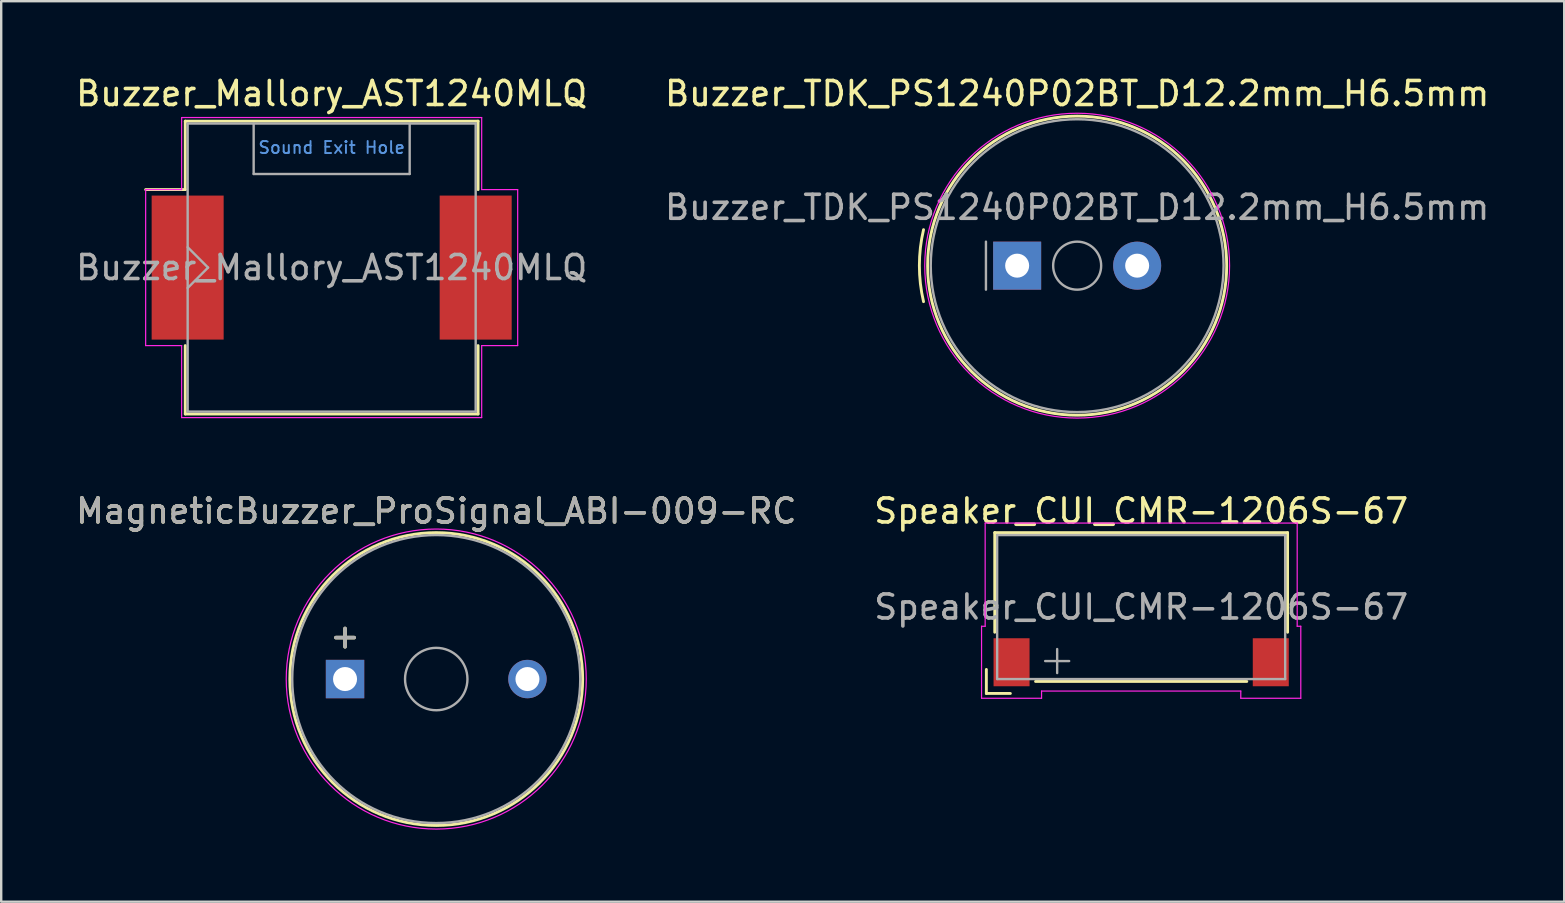
<source format=kicad_pcb>
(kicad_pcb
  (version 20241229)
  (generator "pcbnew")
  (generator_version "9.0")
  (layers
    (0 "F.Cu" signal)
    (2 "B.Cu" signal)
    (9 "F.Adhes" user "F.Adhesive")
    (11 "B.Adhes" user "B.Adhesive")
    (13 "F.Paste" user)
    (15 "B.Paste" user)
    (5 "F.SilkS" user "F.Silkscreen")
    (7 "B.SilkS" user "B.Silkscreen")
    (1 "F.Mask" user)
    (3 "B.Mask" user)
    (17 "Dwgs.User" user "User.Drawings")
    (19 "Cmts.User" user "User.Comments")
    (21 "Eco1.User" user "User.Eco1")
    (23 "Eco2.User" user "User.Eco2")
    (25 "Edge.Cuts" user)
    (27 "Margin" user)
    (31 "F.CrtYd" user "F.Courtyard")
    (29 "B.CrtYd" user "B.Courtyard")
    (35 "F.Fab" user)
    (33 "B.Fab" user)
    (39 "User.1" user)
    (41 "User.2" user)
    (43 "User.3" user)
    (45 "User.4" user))
  (footprint "Speaker_CUI_CMR-1206S-67"
    (layer "F.Cu")
    (at 44.494 22.241)
    (property "Reference" "Speaker_CUI_CMR-1206S-67" (at 0 -4 0) (layer "F.SilkS") (effects (font (size 1 1) (thickness 0.15))))
    (attr smd)
    (fp_line (start -6.45 2.6) (end -6.45 3.6) (stroke (width 0.12) (type solid)) (layer "F.SilkS"))
    (fp_line (start -6.45 3.6) (end -5.45 3.6) (stroke (width 0.12) (type solid)) (layer "F.SilkS"))
    (fp_line (start -6.1 -3.1) (end 6.1 -3.1) (stroke (width 0.12) (type solid)) (layer "F.SilkS"))
    (fp_line (start -6.1 1.05) (end -6.1 -3.1) (stroke (width 0.12) (type solid)) (layer "F.SilkS"))
    (fp_line (start 4.4 3.1) (end -4.4 3.1) (stroke (width 0.12) (type solid)) (layer "F.SilkS"))
    (fp_line (start 6.1 -3.1) (end 6.1 1.05) (stroke (width 0.12) (type solid)) (layer "F.SilkS"))
    (fp_line (start -6.65 0.8) (end -6.65 3.8) (stroke (width 0.05) (type solid)) (layer "F.CrtYd"))
    (fp_line (start -6.65 3.8) (end -4.15 3.8) (stroke (width 0.05) (type solid)) (layer "F.CrtYd"))
    (fp_line (start -6.5 -3.5) (end 6.5 -3.5) (stroke (width 0.05) (type solid)) (layer "F.CrtYd"))
    (fp_line (start -6.5 0.8) (end -6.65 0.8) (stroke (width 0.05) (type solid)) (layer "F.CrtYd"))
    (fp_line (start -6.5 0.8) (end -6.5 -3.5) (stroke (width 0.05) (type solid)) (layer "F.CrtYd"))
    (fp_line (start -4.15 3.8) (end -4.15 3.5) (stroke (width 0.05) (type solid)) (layer "F.CrtYd"))
    (fp_line (start 4.15 3.5) (end -4.15 3.5) (stroke (width 0.05) (type solid)) (layer "F.CrtYd"))
    (fp_line (start 4.15 3.8) (end 4.15 3.5) (stroke (width 0.05) (type solid)) (layer "F.CrtYd"))
    (fp_line (start 6.5 -3.5) (end 6.5 0.8) (stroke (width 0.05) (type solid)) (layer "F.CrtYd"))
    (fp_line (start 6.5 0.8) (end 6.65 0.8) (stroke (width 0.05) (type solid)) (layer "F.CrtYd"))
    (fp_line (start 6.65 0.8) (end 6.65 3.8) (stroke (width 0.05) (type solid)) (layer "F.CrtYd"))
    (fp_line (start 6.65 3.8) (end 4.15 3.8) (stroke (width 0.05) (type solid)) (layer "F.CrtYd"))
    (fp_line (start -6 -3) (end -6 3) (stroke (width 0.1) (type solid)) (layer "F.Fab"))
    (fp_line (start -6 3) (end 6 3) (stroke (width 0.1) (type solid)) (layer "F.Fab"))
    (fp_line (start -4 2.25) (end -3 2.25) (stroke (width 0.1) (type solid)) (layer "F.Fab"))
    (fp_line (start -3.5 2.75) (end -3.5 1.75) (stroke (width 0.1) (type solid)) (layer "F.Fab"))
    (fp_line (start 6 -3) (end -6 -3) (stroke (width 0.1) (type solid)) (layer "F.Fab"))
    (fp_line (start 6 3) (end 6 -3) (stroke (width 0.1) (type solid)) (layer "F.Fab"))
    (fp_text user "${REFERENCE}" (at 0 0 180) (layer "F.Fab") (effects (font (size 1 1) (thickness 0.15))))
    (pad "1" smd rect (at -5.4 2.3 180) (size 1.5 2) (layers "F.Cu" "F.Mask"))
    (pad "2" smd rect (at 5.4 2.3 180) (size 1.5 2) (layers "F.Cu" "F.Mask")))
  (footprint "MagneticBuzzer_ProSignal_ABI-009-RC"
    (layer "F.Cu")
    (at 11.325 25.241)
    (property "Reference" "MagneticBuzzer_ProSignal_ABI-009-RC" (at 3.8 -7 0) (layer "F.SilkS") (effects (font (size 1 1) (thickness 0.15))))
    (attr through_hole)
    (fp_circle (center 3.8 0) (end 9.9 0) (stroke (width 0.12) (type solid)) (fill no) (layer "F.SilkS"))
    (fp_circle (center 3.8 0) (end 10.05 0) (stroke (width 0.05) (type solid)) (fill no) (layer "F.CrtYd"))
    (fp_circle (center 3.8 0) (end 5.1 0) (stroke (width 0.1) (type solid)) (fill no) (layer "F.Fab"))
    (fp_circle (center 3.8 0) (end 9.8 0) (stroke (width 0.1) (type solid)) (fill no) (layer "F.Fab"))
    (fp_text user "+" (at 0 -1.8 0) (layer "F.SilkS") (effects (font (size 1 1) (thickness 0.15))))
    (fp_text user "${REFERENCE}" (at 3.8 -7 0) (layer "F.Fab") (effects (font (size 1 1) (thickness 0.15))))
    (fp_text user "+" (at 0 -1.8 0) (layer "F.Fab") (effects (font (size 1 1) (thickness 0.15))))
    (pad "1" thru_hole rect (at 0 0) (size 1.6 1.6) (drill 1) (layers "*.Cu" "*.Mask"))
    (pad "2" thru_hole circle (at 7.6 0) (size 1.6 1.6) (drill 1) (layers "*.Cu" "*.Mask")))
  (footprint "Buzzer_Mallory_AST1240MLQ"
    (layer "F.Cu")
    (at 10.768 8.098)
    (property "Reference" "Buzzer_Mallory_AST1240MLQ" (at 0 -7.25 0) (layer "F.SilkS") (effects (font (size 1 1) (thickness 0.15))))
    (attr smd)
    (fp_line (start -6.1 -6.1) (end 6.1 -6.1) (stroke (width 0.12) (type solid)) (layer "F.SilkS"))
    (fp_line (start -6.1 -3.25) (end -7.75 -3.25) (stroke (width 0.12) (type solid)) (layer "F.SilkS"))
    (fp_line (start -6.1 -3.25) (end -6.1 -6.1) (stroke (width 0.12) (type solid)) (layer "F.SilkS"))
    (fp_line (start -6.1 6.1) (end -6.1 3.25) (stroke (width 0.12) (type solid)) (layer "F.SilkS"))
    (fp_line (start 6.1 -6.1) (end 6.1 -3.25) (stroke (width 0.12) (type solid)) (layer "F.SilkS"))
    (fp_line (start 6.1 3.25) (end 6.1 6.1) (stroke (width 0.12) (type solid)) (layer "F.SilkS"))
    (fp_line (start 6.1 6.1) (end -6.1 6.1) (stroke (width 0.12) (type solid)) (layer "F.SilkS"))
    (fp_line (start -7.75 -3.25) (end -6.25 -3.25) (stroke (width 0.05) (type solid)) (layer "F.CrtYd"))
    (fp_line (start -7.75 3.25) (end -7.75 -3.25) (stroke (width 0.05) (type solid)) (layer "F.CrtYd"))
    (fp_line (start -6.25 -6.25) (end 6.25 -6.25) (stroke (width 0.05) (type solid)) (layer "F.CrtYd"))
    (fp_line (start -6.25 -3.25) (end -6.25 -6.25) (stroke (width 0.05) (type solid)) (layer "F.CrtYd"))
    (fp_line (start -6.25 3.25) (end -7.75 3.25) (stroke (width 0.05) (type solid)) (layer "F.CrtYd"))
    (fp_line (start -6.25 6.25) (end -6.25 3.25) (stroke (width 0.05) (type solid)) (layer "F.CrtYd"))
    (fp_line (start 6.25 -6.25) (end 6.25 -3.25) (stroke (width 0.05) (type solid)) (layer "F.CrtYd"))
    (fp_line (start 6.25 -3.25) (end 7.75 -3.25) (stroke (width 0.05) (type solid)) (layer "F.CrtYd"))
    (fp_line (start 6.25 3.25) (end 6.25 6.25) (stroke (width 0.05) (type solid)) (layer "F.CrtYd"))
    (fp_line (start 6.25 6.25) (end -6.25 6.25) (stroke (width 0.05) (type solid)) (layer "F.CrtYd"))
    (fp_line (start 7.75 -3.25) (end 7.75 3.25) (stroke (width 0.05) (type solid)) (layer "F.CrtYd"))
    (fp_line (start 7.75 3.25) (end 6.25 3.25) (stroke (width 0.05) (type solid)) (layer "F.CrtYd"))
    (fp_line (start -6 -6) (end 6 -6) (stroke (width 0.1) (type solid)) (layer "F.Fab"))
    (fp_line (start -6 6) (end -6 -6) (stroke (width 0.1) (type solid)) (layer "F.Fab"))
    (fp_line (start -5.15 0) (end -6 -0.85) (stroke (width 0.1) (type solid)) (layer "F.Fab"))
    (fp_line (start -5.15 0) (end -6 0.85) (stroke (width 0.1) (type solid)) (layer "F.Fab"))
    (fp_line (start -3.25 -6) (end -3.25 -3.9) (stroke (width 0.1) (type solid)) (layer "F.Fab"))
    (fp_line (start -3.25 -3.9) (end 3.25 -3.9) (stroke (width 0.1) (type solid)) (layer "F.Fab"))
    (fp_line (start 3.25 -3.9) (end 3.25 -6) (stroke (width 0.1) (type solid)) (layer "F.Fab"))
    (fp_line (start 6 -6) (end 6 6) (stroke (width 0.1) (type solid)) (layer "F.Fab"))
    (fp_line (start 6 6) (end -6 6) (stroke (width 0.1) (type solid)) (layer "F.Fab"))
    (fp_text user "Sound Exit Hole" (at 0 -5 0) (unlocked yes) (layer "Cmts.User") (effects (font (size 0.5 0.5) (thickness 0.08))))
    (fp_text user "${REFERENCE}" (at 0 0 180) (layer "F.Fab") (effects (font (size 1 1) (thickness 0.15))))
    (pad "1" smd rect (at -6 0) (size 3 6) (layers "F.Cu" "F.Mask" "F.Paste"))
    (pad "2" smd rect (at 6 0) (size 3 6) (layers "F.Cu" "F.Mask" "F.Paste")))
  (footprint "Buzzer_TDK_PS1240P02BT_D12.2mm_H6.5mm"
    (layer "F.Cu")
    (at 39.327 8.018)
    (property "Reference" "Buzzer_TDK_PS1240P02BT_D12.2mm_H6.5mm" (at 2.5 -7.17 0) (layer "F.SilkS") (effects (font (size 1 1) (thickness 0.15))))
    (attr through_hole)
    (fp_arc (start -3.9 1.499999) (mid -4.073431 0) (end -3.9 -1.5) (stroke (width 0.12) (type solid)) (layer "F.SilkS"))
    (fp_circle (center 2.5 0) (end 8.73 0) (stroke (width 0.12) (type solid)) (fill no) (layer "F.SilkS"))
    (fp_circle (center 2.5 0) (end 8.85 0) (stroke (width 0.05) (type solid)) (fill no) (layer "F.CrtYd"))
    (fp_line (start -1.3 -1) (end -1.3 1) (stroke (width 0.1) (type solid)) (layer "F.Fab"))
    (fp_circle (center 2.5 0) (end 3.5 0) (stroke (width 0.1) (type solid)) (fill no) (layer "F.Fab"))
    (fp_circle (center 2.5 0) (end 8.6 0) (stroke (width 0.1) (type solid)) (fill no) (layer "F.Fab"))
    (fp_text user "${REFERENCE}" (at 2.5 -2.43 0) (layer "F.Fab") (effects (font (size 1 1) (thickness 0.15))))
    (pad "1" thru_hole rect (at 0 0) (size 2 2) (drill 1) (layers "*.Cu" "*.Mask"))
    (pad "2" thru_hole circle (at 5 0) (size 2 2) (drill 1) (layers "*.Cu" "*.Mask")))
  (gr_rect
    (start -3 -3)
    (end 62.119 34.517)
    (stroke (width 0.1) (type default))
    (fill no)
    (layer "Edge.Cuts")))
</source>
